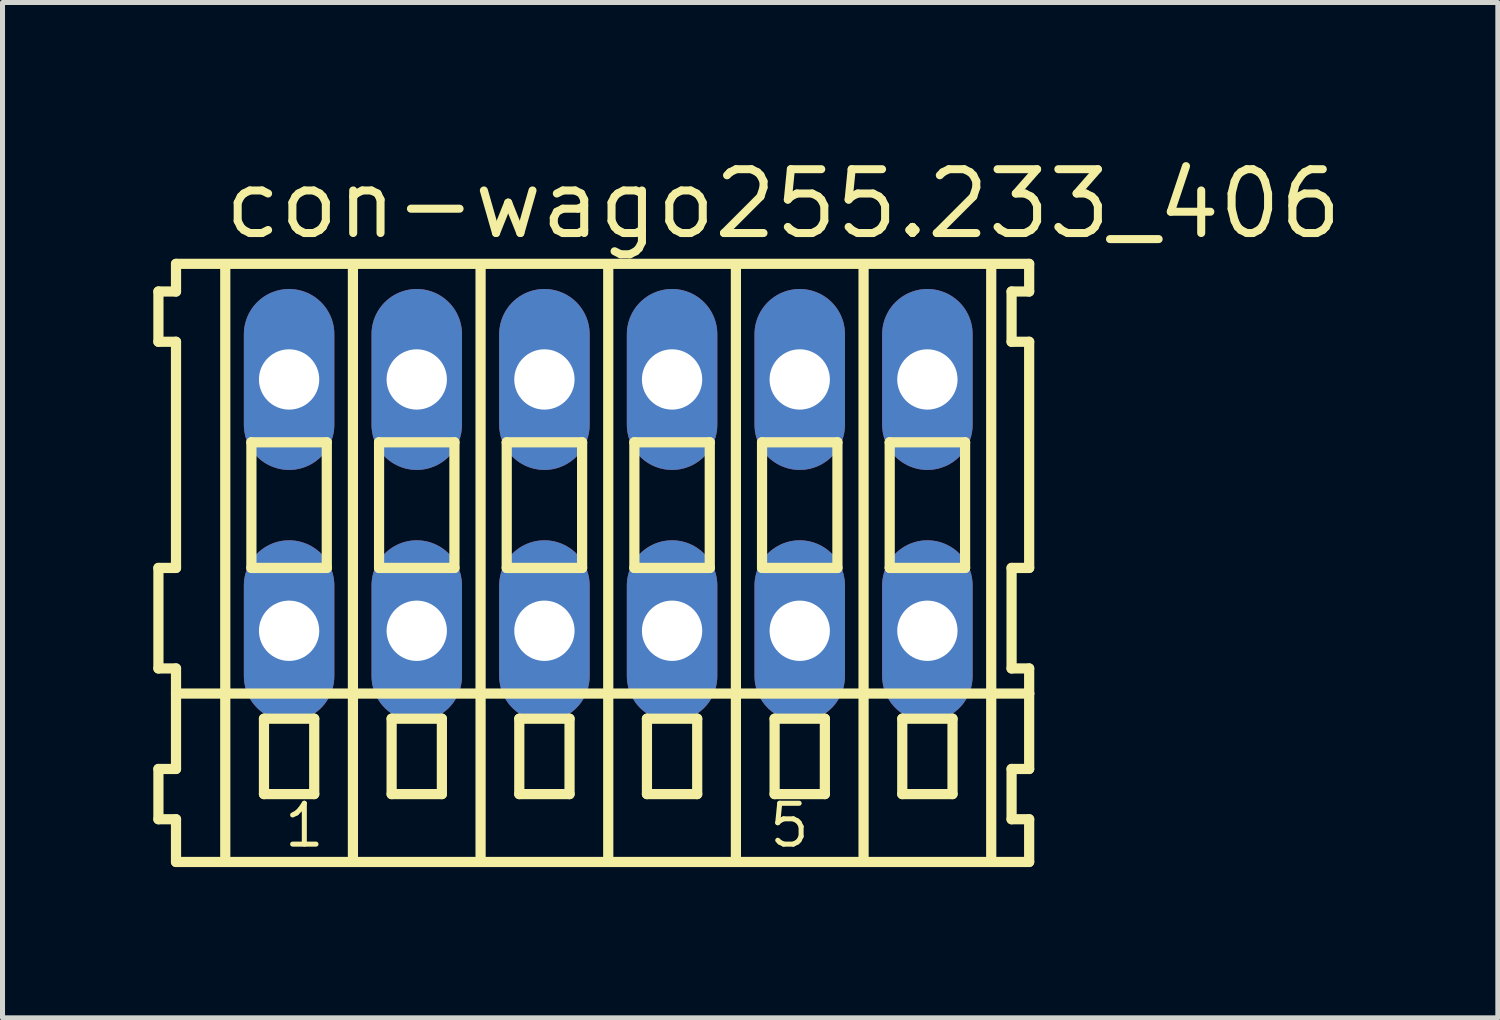
<source format=kicad_pcb>
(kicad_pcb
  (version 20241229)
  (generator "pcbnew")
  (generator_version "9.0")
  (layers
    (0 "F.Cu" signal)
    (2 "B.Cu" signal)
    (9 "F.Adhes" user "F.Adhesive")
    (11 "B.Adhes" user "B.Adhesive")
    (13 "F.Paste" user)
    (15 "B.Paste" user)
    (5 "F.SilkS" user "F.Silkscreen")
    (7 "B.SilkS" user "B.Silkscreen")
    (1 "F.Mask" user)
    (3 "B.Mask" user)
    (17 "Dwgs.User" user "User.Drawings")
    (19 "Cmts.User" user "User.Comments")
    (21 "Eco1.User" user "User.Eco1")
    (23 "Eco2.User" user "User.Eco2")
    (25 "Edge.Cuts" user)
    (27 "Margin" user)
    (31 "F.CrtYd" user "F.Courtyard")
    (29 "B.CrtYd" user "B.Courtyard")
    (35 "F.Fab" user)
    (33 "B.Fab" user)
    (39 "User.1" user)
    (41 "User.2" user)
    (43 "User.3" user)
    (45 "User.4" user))
  (footprint "con-wago255.233_406"
    (layer "F.Cu")
    (at 9.052 7)
    (property "Reference" "con-wago255.233_406" (at -7.72 -5.25 0) (layer "F.SilkS") (effects (font (size 1.27 1.27) (thickness 0.16)) (justify left bottom)))
    (attr through_hole)
    (fp_line (start -8.95 -4.25) (end -8.95 -3.25) (stroke (width 0.203) (type default)) (layer "F.SilkS"))
    (fp_line (start -8.95 -3.25) (end -8.6 -3.25) (stroke (width 0.203) (type default)) (layer "F.SilkS"))
    (fp_line (start -8.95 1.25) (end -8.95 3.25) (stroke (width 0.203) (type default)) (layer "F.SilkS"))
    (fp_line (start -8.95 3.25) (end -8.6 3.25) (stroke (width 0.203) (type default)) (layer "F.SilkS"))
    (fp_line (start -8.95 5.25) (end -8.95 6.25) (stroke (width 0.203) (type default)) (layer "F.SilkS"))
    (fp_line (start -8.95 6.25) (end -8.6 6.25) (stroke (width 0.203) (type default)) (layer "F.SilkS"))
    (fp_line (start -8.6 -4.8) (end -8.6 -4.25) (stroke (width 0.203) (type default)) (layer "F.SilkS"))
    (fp_line (start -8.6 -4.25) (end -8.95 -4.25) (stroke (width 0.203) (type default)) (layer "F.SilkS"))
    (fp_line (start -8.6 -3.25) (end -8.6 1.25) (stroke (width 0.203) (type default)) (layer "F.SilkS"))
    (fp_line (start -8.6 1.25) (end -8.95 1.25) (stroke (width 0.203) (type default)) (layer "F.SilkS"))
    (fp_line (start -8.6 3.25) (end -8.6 5.25) (stroke (width 0.203) (type default)) (layer "F.SilkS"))
    (fp_line (start -8.6 3.75) (end 8.375 3.75) (stroke (width 0.203) (type default)) (layer "F.SilkS"))
    (fp_line (start -8.6 5.25) (end -8.95 5.25) (stroke (width 0.203) (type default)) (layer "F.SilkS"))
    (fp_line (start -8.6 6.25) (end -8.6 7.1) (stroke (width 0.203) (type default)) (layer "F.SilkS"))
    (fp_line (start -8.6 7.1) (end 8.375 7.1) (stroke (width 0.203) (type default)) (layer "F.SilkS"))
    (fp_line (start -7.62 6.985) (end -7.62 -4.699) (stroke (width 0.203) (type default)) (layer "F.SilkS"))
    (fp_line (start -7.1 -1.25) (end -7.1 1.25) (stroke (width 0.203) (type default)) (layer "F.SilkS"))
    (fp_line (start -7.1 1.25) (end -5.6 1.25) (stroke (width 0.203) (type default)) (layer "F.SilkS"))
    (fp_line (start -6.85 4.25) (end -6.85 5.75) (stroke (width 0.203) (type default)) (layer "F.SilkS"))
    (fp_line (start -6.85 5.75) (end -5.85 5.75) (stroke (width 0.203) (type default)) (layer "F.SilkS"))
    (fp_line (start -5.85 4.25) (end -6.85 4.25) (stroke (width 0.203) (type default)) (layer "F.SilkS"))
    (fp_line (start -5.85 5.75) (end -5.85 4.25) (stroke (width 0.203) (type default)) (layer "F.SilkS"))
    (fp_line (start -5.6 -1.25) (end -7.1 -1.25) (stroke (width 0.203) (type default)) (layer "F.SilkS"))
    (fp_line (start -5.6 1.25) (end -5.6 -1.25) (stroke (width 0.203) (type default)) (layer "F.SilkS"))
    (fp_line (start -5.08 6.985) (end -5.08 -4.699) (stroke (width 0.203) (type default)) (layer "F.SilkS"))
    (fp_line (start -4.56 -1.25) (end -4.56 1.25) (stroke (width 0.203) (type default)) (layer "F.SilkS"))
    (fp_line (start -4.56 1.25) (end -3.06 1.25) (stroke (width 0.203) (type default)) (layer "F.SilkS"))
    (fp_line (start -4.31 4.25) (end -4.31 5.75) (stroke (width 0.203) (type default)) (layer "F.SilkS"))
    (fp_line (start -4.31 5.75) (end -3.31 5.75) (stroke (width 0.203) (type default)) (layer "F.SilkS"))
    (fp_line (start -3.31 4.25) (end -4.31 4.25) (stroke (width 0.203) (type default)) (layer "F.SilkS"))
    (fp_line (start -3.31 5.75) (end -3.31 4.25) (stroke (width 0.203) (type default)) (layer "F.SilkS"))
    (fp_line (start -3.06 -1.25) (end -4.56 -1.25) (stroke (width 0.203) (type default)) (layer "F.SilkS"))
    (fp_line (start -3.06 1.25) (end -3.06 -1.25) (stroke (width 0.203) (type default)) (layer "F.SilkS"))
    (fp_line (start -2.54 6.985) (end -2.54 -4.699) (stroke (width 0.203) (type default)) (layer "F.SilkS"))
    (fp_line (start -2.02 -1.25) (end -2.02 1.25) (stroke (width 0.203) (type default)) (layer "F.SilkS"))
    (fp_line (start -2.02 1.25) (end -0.52 1.25) (stroke (width 0.203) (type default)) (layer "F.SilkS"))
    (fp_line (start -1.77 4.25) (end -1.77 5.75) (stroke (width 0.203) (type default)) (layer "F.SilkS"))
    (fp_line (start -1.77 5.75) (end -0.77 5.75) (stroke (width 0.203) (type default)) (layer "F.SilkS"))
    (fp_line (start -0.77 4.25) (end -1.77 4.25) (stroke (width 0.203) (type default)) (layer "F.SilkS"))
    (fp_line (start -0.77 5.75) (end -0.77 4.25) (stroke (width 0.203) (type default)) (layer "F.SilkS"))
    (fp_line (start -0.52 -1.25) (end -2.02 -1.25) (stroke (width 0.203) (type default)) (layer "F.SilkS"))
    (fp_line (start -0.52 1.25) (end -0.52 -1.25) (stroke (width 0.203) (type default)) (layer "F.SilkS"))
    (fp_line (start 0 6.985) (end 0 -4.699) (stroke (width 0.203) (type default)) (layer "F.SilkS"))
    (fp_line (start 0.52 -1.25) (end 0.52 1.25) (stroke (width 0.203) (type default)) (layer "F.SilkS"))
    (fp_line (start 0.52 1.25) (end 2.02 1.25) (stroke (width 0.203) (type default)) (layer "F.SilkS"))
    (fp_line (start 0.77 4.25) (end 0.77 5.75) (stroke (width 0.203) (type default)) (layer "F.SilkS"))
    (fp_line (start 0.77 5.75) (end 1.77 5.75) (stroke (width 0.203) (type default)) (layer "F.SilkS"))
    (fp_line (start 1.77 4.25) (end 0.77 4.25) (stroke (width 0.203) (type default)) (layer "F.SilkS"))
    (fp_line (start 1.77 5.75) (end 1.77 4.25) (stroke (width 0.203) (type default)) (layer "F.SilkS"))
    (fp_line (start 2.02 -1.25) (end 0.52 -1.25) (stroke (width 0.203) (type default)) (layer "F.SilkS"))
    (fp_line (start 2.02 1.25) (end 2.02 -1.25) (stroke (width 0.203) (type default)) (layer "F.SilkS"))
    (fp_line (start 2.54 6.985) (end 2.54 -4.699) (stroke (width 0.203) (type default)) (layer "F.SilkS"))
    (fp_line (start 3.06 -1.25) (end 3.06 1.25) (stroke (width 0.203) (type default)) (layer "F.SilkS"))
    (fp_line (start 3.06 1.25) (end 4.56 1.25) (stroke (width 0.203) (type default)) (layer "F.SilkS"))
    (fp_line (start 3.31 4.25) (end 3.31 5.75) (stroke (width 0.203) (type default)) (layer "F.SilkS"))
    (fp_line (start 3.31 5.75) (end 4.31 5.75) (stroke (width 0.203) (type default)) (layer "F.SilkS"))
    (fp_line (start 4.31 4.25) (end 3.31 4.25) (stroke (width 0.203) (type default)) (layer "F.SilkS"))
    (fp_line (start 4.31 5.75) (end 4.31 4.25) (stroke (width 0.203) (type default)) (layer "F.SilkS"))
    (fp_line (start 4.56 -1.25) (end 3.06 -1.25) (stroke (width 0.203) (type default)) (layer "F.SilkS"))
    (fp_line (start 4.56 1.25) (end 4.56 -1.25) (stroke (width 0.203) (type default)) (layer "F.SilkS"))
    (fp_line (start 5.08 6.985) (end 5.08 -4.699) (stroke (width 0.203) (type default)) (layer "F.SilkS"))
    (fp_line (start 5.6 -1.25) (end 5.6 1.25) (stroke (width 0.203) (type default)) (layer "F.SilkS"))
    (fp_line (start 5.6 1.25) (end 7.1 1.25) (stroke (width 0.203) (type default)) (layer "F.SilkS"))
    (fp_line (start 5.85 4.25) (end 5.85 5.75) (stroke (width 0.203) (type default)) (layer "F.SilkS"))
    (fp_line (start 5.85 5.75) (end 6.85 5.75) (stroke (width 0.203) (type default)) (layer "F.SilkS"))
    (fp_line (start 6.85 4.25) (end 5.85 4.25) (stroke (width 0.203) (type default)) (layer "F.SilkS"))
    (fp_line (start 6.85 5.75) (end 6.85 4.25) (stroke (width 0.203) (type default)) (layer "F.SilkS"))
    (fp_line (start 7.1 -1.25) (end 5.6 -1.25) (stroke (width 0.203) (type default)) (layer "F.SilkS"))
    (fp_line (start 7.1 1.25) (end 7.1 -1.25) (stroke (width 0.203) (type default)) (layer "F.SilkS"))
    (fp_line (start 7.62 6.985) (end 7.62 -4.699) (stroke (width 0.203) (type default)) (layer "F.SilkS"))
    (fp_line (start 8.025 -4.25) (end 8.025 -3.25) (stroke (width 0.203) (type default)) (layer "F.SilkS"))
    (fp_line (start 8.025 -3.25) (end 8.375 -3.25) (stroke (width 0.203) (type default)) (layer "F.SilkS"))
    (fp_line (start 8.025 1.25) (end 8.025 3.25) (stroke (width 0.203) (type default)) (layer "F.SilkS"))
    (fp_line (start 8.025 3.25) (end 8.375 3.25) (stroke (width 0.203) (type default)) (layer "F.SilkS"))
    (fp_line (start 8.025 5.25) (end 8.025 6.25) (stroke (width 0.203) (type default)) (layer "F.SilkS"))
    (fp_line (start 8.025 6.25) (end 8.375 6.25) (stroke (width 0.203) (type default)) (layer "F.SilkS"))
    (fp_line (start 8.375 -4.8) (end -8.6 -4.8) (stroke (width 0.203) (type default)) (layer "F.SilkS"))
    (fp_line (start 8.375 -4.25) (end 8.025 -4.25) (stroke (width 0.203) (type default)) (layer "F.SilkS"))
    (fp_line (start 8.375 -4.25) (end 8.375 -4.8) (stroke (width 0.203) (type default)) (layer "F.SilkS"))
    (fp_line (start 8.375 1.25) (end 8.025 1.25) (stroke (width 0.203) (type default)) (layer "F.SilkS"))
    (fp_line (start 8.375 1.25) (end 8.375 -3.25) (stroke (width 0.203) (type default)) (layer "F.SilkS"))
    (fp_line (start 8.375 3.75) (end 8.375 3.25) (stroke (width 0.203) (type default)) (layer "F.SilkS"))
    (fp_line (start 8.375 5.25) (end 8.025 5.25) (stroke (width 0.203) (type default)) (layer "F.SilkS"))
    (fp_line (start 8.375 5.25) (end 8.375 3.75) (stroke (width 0.203) (type default)) (layer "F.SilkS"))
    (fp_line (start 8.375 7.1) (end 8.375 6.25) (stroke (width 0.203) (type default)) (layer "F.SilkS"))
    (fp_text user "5" (at 3.152 6.85 0) (layer "F.SilkS") (effects (font (size 0.813 0.813) (thickness 0.1)) (justify left bottom)))
    (fp_text user "1" (at -6.5 6.85 0) (layer "F.SilkS") (effects (font (size 0.813 0.813) (thickness 0.1)) (justify left bottom)))
    (pad "A1" thru_hole oval (at -6.35 -2.5 90) (size 3.6 1.8) (drill 1.2) (layers "*.Cu" "*.Mask"))
    (pad "A2" thru_hole oval (at -3.81 -2.5 90) (size 3.6 1.8) (drill 1.2) (layers "*.Cu" "*.Mask"))
    (pad "A3" thru_hole oval (at -1.27 -2.5 90) (size 3.6 1.8) (drill 1.2) (layers "*.Cu" "*.Mask"))
    (pad "A4" thru_hole oval (at 1.27 -2.5 90) (size 3.6 1.8) (drill 1.2) (layers "*.Cu" "*.Mask"))
    (pad "A5" thru_hole oval (at 3.81 -2.5 90) (size 3.6 1.8) (drill 1.2) (layers "*.Cu" "*.Mask"))
    (pad "A6" thru_hole oval (at 6.35 -2.5 90) (size 3.6 1.8) (drill 1.2) (layers "*.Cu" "*.Mask"))
    (pad "B1" thru_hole oval (at -6.35 2.5 90) (size 3.6 1.8) (drill 1.2) (layers "*.Cu" "*.Mask"))
    (pad "B2" thru_hole oval (at -3.81 2.5 90) (size 3.6 1.8) (drill 1.2) (layers "*.Cu" "*.Mask"))
    (pad "B3" thru_hole oval (at -1.27 2.5 90) (size 3.6 1.8) (drill 1.2) (layers "*.Cu" "*.Mask"))
    (pad "B4" thru_hole oval (at 1.27 2.5 90) (size 3.6 1.8) (drill 1.2) (layers "*.Cu" "*.Mask"))
    (pad "B5" thru_hole oval (at 3.81 2.5 90) (size 3.6 1.8) (drill 1.2) (layers "*.Cu" "*.Mask"))
    (pad "B6" thru_hole oval (at 6.35 2.5 90) (size 3.6 1.8) (drill 1.2) (layers "*.Cu" "*.Mask")))
  (gr_rect
    (start -3 -3)
    (end 26.752 17.202)
    (stroke (width 0.1) (type default))
    (fill no)
    (layer "Edge.Cuts")))
</source>
